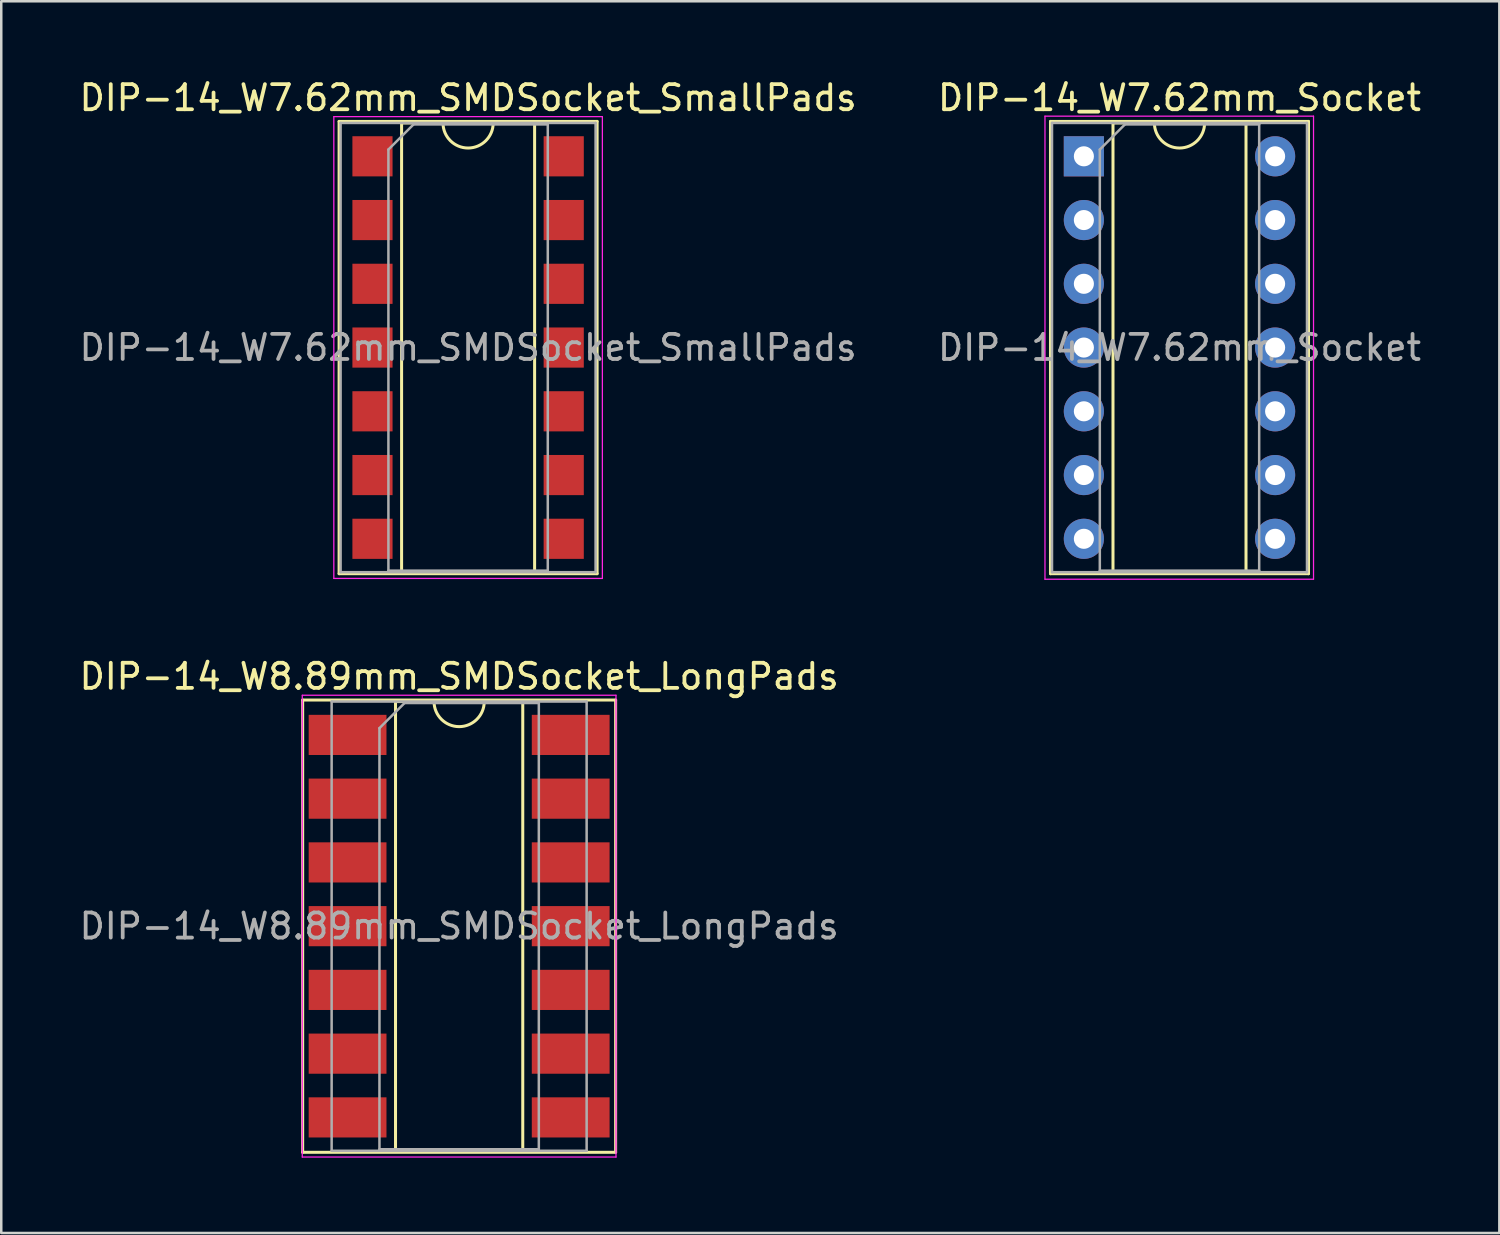
<source format=kicad_pcb>
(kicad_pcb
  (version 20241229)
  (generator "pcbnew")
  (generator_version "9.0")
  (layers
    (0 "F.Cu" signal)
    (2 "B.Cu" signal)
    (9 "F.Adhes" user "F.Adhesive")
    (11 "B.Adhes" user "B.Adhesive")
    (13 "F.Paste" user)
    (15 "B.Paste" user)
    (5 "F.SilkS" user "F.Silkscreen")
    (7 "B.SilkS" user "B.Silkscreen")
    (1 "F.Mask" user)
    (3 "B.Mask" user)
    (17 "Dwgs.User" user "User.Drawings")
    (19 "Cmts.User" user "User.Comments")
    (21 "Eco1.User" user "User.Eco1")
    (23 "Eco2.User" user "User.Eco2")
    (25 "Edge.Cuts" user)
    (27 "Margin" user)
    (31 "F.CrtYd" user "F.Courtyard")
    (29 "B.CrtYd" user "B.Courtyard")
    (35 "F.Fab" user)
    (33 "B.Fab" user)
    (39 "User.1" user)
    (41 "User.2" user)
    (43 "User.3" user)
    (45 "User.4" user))
  (footprint "DIP-14_W8.89mm_SMDSocket_LongPads"
    (layer "F.Cu")
    (at 15.244 33.852)
    (property "Reference" "DIP-14_W8.89mm_SMDSocket_LongPads" (at 0 -9.95 0) (layer "F.SilkS") (effects (font (size 1 1) (thickness 0.15))))
    (attr smd)
    (fp_line (start -6.235 -9.01) (end -6.235 9.01) (stroke (width 0.12) (type solid)) (layer "F.SilkS"))
    (fp_line (start -6.235 9.01) (end 6.235 9.01) (stroke (width 0.12) (type solid)) (layer "F.SilkS"))
    (fp_line (start -2.535 -8.95) (end -2.535 8.95) (stroke (width 0.12) (type solid)) (layer "F.SilkS"))
    (fp_line (start -2.535 8.95) (end 2.535 8.95) (stroke (width 0.12) (type solid)) (layer "F.SilkS"))
    (fp_line (start -1 -8.95) (end -2.535 -8.95) (stroke (width 0.12) (type solid)) (layer "F.SilkS"))
    (fp_line (start 2.535 -8.95) (end 1 -8.95) (stroke (width 0.12) (type solid)) (layer "F.SilkS"))
    (fp_line (start 2.535 8.95) (end 2.535 -8.95) (stroke (width 0.12) (type solid)) (layer "F.SilkS"))
    (fp_line (start 6.235 -9.01) (end -6.235 -9.01) (stroke (width 0.12) (type solid)) (layer "F.SilkS"))
    (fp_line (start 6.235 9.01) (end 6.235 -9.01) (stroke (width 0.12) (type solid)) (layer "F.SilkS"))
    (fp_arc (start 1 -8.95) (mid 0 -7.95) (end -1 -8.95) (stroke (width 0.12) (type solid)) (layer "F.SilkS"))
    (fp_line (start -6.25 -9.2) (end -6.25 9.2) (stroke (width 0.05) (type solid)) (layer "F.CrtYd"))
    (fp_line (start -6.25 9.2) (end 6.25 9.2) (stroke (width 0.05) (type solid)) (layer "F.CrtYd"))
    (fp_line (start 6.25 -9.2) (end -6.25 -9.2) (stroke (width 0.05) (type solid)) (layer "F.CrtYd"))
    (fp_line (start 6.25 9.2) (end 6.25 -9.2) (stroke (width 0.05) (type solid)) (layer "F.CrtYd"))
    (fp_line (start -5.08 -8.95) (end -5.08 8.95) (stroke (width 0.1) (type solid)) (layer "F.Fab"))
    (fp_line (start -5.08 8.95) (end 5.08 8.95) (stroke (width 0.1) (type solid)) (layer "F.Fab"))
    (fp_line (start -3.175 -7.89) (end -2.175 -8.89) (stroke (width 0.1) (type solid)) (layer "F.Fab"))
    (fp_line (start -3.175 8.89) (end -3.175 -7.89) (stroke (width 0.1) (type solid)) (layer "F.Fab"))
    (fp_line (start -2.175 -8.89) (end 3.175 -8.89) (stroke (width 0.1) (type solid)) (layer "F.Fab"))
    (fp_line (start 3.175 -8.89) (end 3.175 8.89) (stroke (width 0.1) (type solid)) (layer "F.Fab"))
    (fp_line (start 3.175 8.89) (end -3.175 8.89) (stroke (width 0.1) (type solid)) (layer "F.Fab"))
    (fp_line (start 5.08 -8.95) (end -5.08 -8.95) (stroke (width 0.1) (type solid)) (layer "F.Fab"))
    (fp_line (start 5.08 8.95) (end 5.08 -8.95) (stroke (width 0.1) (type solid)) (layer "F.Fab"))
    (fp_text user "${REFERENCE}" (at 0 0 0) (layer "F.Fab") (effects (font (size 1 1) (thickness 0.15))))
    (pad "1" smd rect (at -4.445 -7.62) (size 3.1 1.6) (layers "F.Cu" "F.Mask" "F.Paste"))
    (pad "2" smd rect (at -4.445 -5.08) (size 3.1 1.6) (layers "F.Cu" "F.Mask" "F.Paste"))
    (pad "3" smd rect (at -4.445 -2.54) (size 3.1 1.6) (layers "F.Cu" "F.Mask" "F.Paste"))
    (pad "4" smd rect (at -4.445 0) (size 3.1 1.6) (layers "F.Cu" "F.Mask" "F.Paste"))
    (pad "5" smd rect (at -4.445 2.54) (size 3.1 1.6) (layers "F.Cu" "F.Mask" "F.Paste"))
    (pad "6" smd rect (at -4.445 5.08) (size 3.1 1.6) (layers "F.Cu" "F.Mask" "F.Paste"))
    (pad "7" smd rect (at -4.445 7.62) (size 3.1 1.6) (layers "F.Cu" "F.Mask" "F.Paste"))
    (pad "8" smd rect (at 4.445 7.62) (size 3.1 1.6) (layers "F.Cu" "F.Mask" "F.Paste"))
    (pad "9" smd rect (at 4.445 5.08) (size 3.1 1.6) (layers "F.Cu" "F.Mask" "F.Paste"))
    (pad "10" smd rect (at 4.445 2.54) (size 3.1 1.6) (layers "F.Cu" "F.Mask" "F.Paste"))
    (pad "11" smd rect (at 4.445 0) (size 3.1 1.6) (layers "F.Cu" "F.Mask" "F.Paste"))
    (pad "12" smd rect (at 4.445 -2.54) (size 3.1 1.6) (layers "F.Cu" "F.Mask" "F.Paste"))
    (pad "13" smd rect (at 4.445 -5.08) (size 3.1 1.6) (layers "F.Cu" "F.Mask" "F.Paste"))
    (pad "14" smd rect (at 4.445 -7.62) (size 3.1 1.6) (layers "F.Cu" "F.Mask" "F.Paste")))
  (footprint "DIP-14_W7.62mm_Socket"
    (layer "F.Cu")
    (at 40.136 3.178)
    (property "Reference" "DIP-14_W7.62mm_Socket" (at 3.81 -2.33 0) (layer "F.SilkS") (effects (font (size 1 1) (thickness 0.15))))
    (attr through_hole)
    (fp_line (start -1.33 -1.39) (end -1.33 16.63) (stroke (width 0.12) (type solid)) (layer "F.SilkS"))
    (fp_line (start -1.33 16.63) (end 8.95 16.63) (stroke (width 0.12) (type solid)) (layer "F.SilkS"))
    (fp_line (start 1.16 -1.33) (end 1.16 16.57) (stroke (width 0.12) (type solid)) (layer "F.SilkS"))
    (fp_line (start 1.16 16.57) (end 6.46 16.57) (stroke (width 0.12) (type solid)) (layer "F.SilkS"))
    (fp_line (start 2.81 -1.33) (end 1.16 -1.33) (stroke (width 0.12) (type solid)) (layer "F.SilkS"))
    (fp_line (start 6.46 -1.33) (end 4.81 -1.33) (stroke (width 0.12) (type solid)) (layer "F.SilkS"))
    (fp_line (start 6.46 16.57) (end 6.46 -1.33) (stroke (width 0.12) (type solid)) (layer "F.SilkS"))
    (fp_line (start 8.95 -1.39) (end -1.33 -1.39) (stroke (width 0.12) (type solid)) (layer "F.SilkS"))
    (fp_line (start 8.95 16.63) (end 8.95 -1.39) (stroke (width 0.12) (type solid)) (layer "F.SilkS"))
    (fp_arc (start 4.81 -1.33) (mid 3.81 -0.33) (end 2.81 -1.33) (stroke (width 0.12) (type solid)) (layer "F.SilkS"))
    (fp_line (start -1.55 -1.6) (end -1.55 16.85) (stroke (width 0.05) (type solid)) (layer "F.CrtYd"))
    (fp_line (start -1.55 16.85) (end 9.15 16.85) (stroke (width 0.05) (type solid)) (layer "F.CrtYd"))
    (fp_line (start 9.15 -1.6) (end -1.55 -1.6) (stroke (width 0.05) (type solid)) (layer "F.CrtYd"))
    (fp_line (start 9.15 16.85) (end 9.15 -1.6) (stroke (width 0.05) (type solid)) (layer "F.CrtYd"))
    (fp_line (start -1.27 -1.33) (end -1.27 16.57) (stroke (width 0.1) (type solid)) (layer "F.Fab"))
    (fp_line (start -1.27 16.57) (end 8.89 16.57) (stroke (width 0.1) (type solid)) (layer "F.Fab"))
    (fp_line (start 0.635 -0.27) (end 1.635 -1.27) (stroke (width 0.1) (type solid)) (layer "F.Fab"))
    (fp_line (start 0.635 16.51) (end 0.635 -0.27) (stroke (width 0.1) (type solid)) (layer "F.Fab"))
    (fp_line (start 1.635 -1.27) (end 6.985 -1.27) (stroke (width 0.1) (type solid)) (layer "F.Fab"))
    (fp_line (start 6.985 -1.27) (end 6.985 16.51) (stroke (width 0.1) (type solid)) (layer "F.Fab"))
    (fp_line (start 6.985 16.51) (end 0.635 16.51) (stroke (width 0.1) (type solid)) (layer "F.Fab"))
    (fp_line (start 8.89 -1.33) (end -1.27 -1.33) (stroke (width 0.1) (type solid)) (layer "F.Fab"))
    (fp_line (start 8.89 16.57) (end 8.89 -1.33) (stroke (width 0.1) (type solid)) (layer "F.Fab"))
    (fp_text user "${REFERENCE}" (at 3.81 7.62 0) (layer "F.Fab") (effects (font (size 1 1) (thickness 0.15))))
    (pad "1" thru_hole rect (at 0 0) (size 1.6 1.6) (drill 0.8) (layers "*.Cu" "*.Mask"))
    (pad "2" thru_hole oval (at 0 2.54) (size 1.6 1.6) (drill 0.8) (layers "*.Cu" "*.Mask"))
    (pad "3" thru_hole oval (at 0 5.08) (size 1.6 1.6) (drill 0.8) (layers "*.Cu" "*.Mask"))
    (pad "4" thru_hole oval (at 0 7.62) (size 1.6 1.6) (drill 0.8) (layers "*.Cu" "*.Mask"))
    (pad "5" thru_hole oval (at 0 10.16) (size 1.6 1.6) (drill 0.8) (layers "*.Cu" "*.Mask"))
    (pad "6" thru_hole oval (at 0 12.7) (size 1.6 1.6) (drill 0.8) (layers "*.Cu" "*.Mask"))
    (pad "7" thru_hole oval (at 0 15.24) (size 1.6 1.6) (drill 0.8) (layers "*.Cu" "*.Mask"))
    (pad "8" thru_hole oval (at 7.62 15.24) (size 1.6 1.6) (drill 0.8) (layers "*.Cu" "*.Mask"))
    (pad "9" thru_hole oval (at 7.62 12.7) (size 1.6 1.6) (drill 0.8) (layers "*.Cu" "*.Mask"))
    (pad "10" thru_hole oval (at 7.62 10.16) (size 1.6 1.6) (drill 0.8) (layers "*.Cu" "*.Mask"))
    (pad "11" thru_hole oval (at 7.62 7.62) (size 1.6 1.6) (drill 0.8) (layers "*.Cu" "*.Mask"))
    (pad "12" thru_hole oval (at 7.62 5.08) (size 1.6 1.6) (drill 0.8) (layers "*.Cu" "*.Mask"))
    (pad "13" thru_hole oval (at 7.62 2.54) (size 1.6 1.6) (drill 0.8) (layers "*.Cu" "*.Mask"))
    (pad "14" thru_hole oval (at 7.62 0) (size 1.6 1.6) (drill 0.8) (layers "*.Cu" "*.Mask")))
  (footprint "DIP-14_W7.62mm_SMDSocket_SmallPads"
    (layer "F.Cu")
    (at 15.601 10.798)
    (property "Reference" "DIP-14_W7.62mm_SMDSocket_SmallPads" (at 0 -9.95 0) (layer "F.SilkS") (effects (font (size 1 1) (thickness 0.15))))
    (attr smd)
    (fp_line (start -5.14 -9.01) (end -5.14 9.01) (stroke (width 0.12) (type solid)) (layer "F.SilkS"))
    (fp_line (start -5.14 9.01) (end 5.14 9.01) (stroke (width 0.12) (type solid)) (layer "F.SilkS"))
    (fp_line (start -2.65 -8.95) (end -2.65 8.95) (stroke (width 0.12) (type solid)) (layer "F.SilkS"))
    (fp_line (start -2.65 8.95) (end 2.65 8.95) (stroke (width 0.12) (type solid)) (layer "F.SilkS"))
    (fp_line (start -1 -8.95) (end -2.65 -8.95) (stroke (width 0.12) (type solid)) (layer "F.SilkS"))
    (fp_line (start 2.65 -8.95) (end 1 -8.95) (stroke (width 0.12) (type solid)) (layer "F.SilkS"))
    (fp_line (start 2.65 8.95) (end 2.65 -8.95) (stroke (width 0.12) (type solid)) (layer "F.SilkS"))
    (fp_line (start 5.14 -9.01) (end -5.14 -9.01) (stroke (width 0.12) (type solid)) (layer "F.SilkS"))
    (fp_line (start 5.14 9.01) (end 5.14 -9.01) (stroke (width 0.12) (type solid)) (layer "F.SilkS"))
    (fp_arc (start 1 -8.95) (mid 0 -7.95) (end -1 -8.95) (stroke (width 0.12) (type solid)) (layer "F.SilkS"))
    (fp_line (start -5.35 -9.2) (end -5.35 9.2) (stroke (width 0.05) (type solid)) (layer "F.CrtYd"))
    (fp_line (start -5.35 9.2) (end 5.35 9.2) (stroke (width 0.05) (type solid)) (layer "F.CrtYd"))
    (fp_line (start 5.35 -9.2) (end -5.35 -9.2) (stroke (width 0.05) (type solid)) (layer "F.CrtYd"))
    (fp_line (start 5.35 9.2) (end 5.35 -9.2) (stroke (width 0.05) (type solid)) (layer "F.CrtYd"))
    (fp_line (start -5.08 -8.95) (end -5.08 8.95) (stroke (width 0.1) (type solid)) (layer "F.Fab"))
    (fp_line (start -5.08 8.95) (end 5.08 8.95) (stroke (width 0.1) (type solid)) (layer "F.Fab"))
    (fp_line (start -3.175 -7.89) (end -2.175 -8.89) (stroke (width 0.1) (type solid)) (layer "F.Fab"))
    (fp_line (start -3.175 8.89) (end -3.175 -7.89) (stroke (width 0.1) (type solid)) (layer "F.Fab"))
    (fp_line (start -2.175 -8.89) (end 3.175 -8.89) (stroke (width 0.1) (type solid)) (layer "F.Fab"))
    (fp_line (start 3.175 -8.89) (end 3.175 8.89) (stroke (width 0.1) (type solid)) (layer "F.Fab"))
    (fp_line (start 3.175 8.89) (end -3.175 8.89) (stroke (width 0.1) (type solid)) (layer "F.Fab"))
    (fp_line (start 5.08 -8.95) (end -5.08 -8.95) (stroke (width 0.1) (type solid)) (layer "F.Fab"))
    (fp_line (start 5.08 8.95) (end 5.08 -8.95) (stroke (width 0.1) (type solid)) (layer "F.Fab"))
    (fp_text user "${REFERENCE}" (at 0 0 0) (layer "F.Fab") (effects (font (size 1 1) (thickness 0.15))))
    (pad "1" smd rect (at -3.81 -7.62) (size 1.6 1.6) (layers "F.Cu" "F.Mask" "F.Paste"))
    (pad "2" smd rect (at -3.81 -5.08) (size 1.6 1.6) (layers "F.Cu" "F.Mask" "F.Paste"))
    (pad "3" smd rect (at -3.81 -2.54) (size 1.6 1.6) (layers "F.Cu" "F.Mask" "F.Paste"))
    (pad "4" smd rect (at -3.81 0) (size 1.6 1.6) (layers "F.Cu" "F.Mask" "F.Paste"))
    (pad "5" smd rect (at -3.81 2.54) (size 1.6 1.6) (layers "F.Cu" "F.Mask" "F.Paste"))
    (pad "6" smd rect (at -3.81 5.08) (size 1.6 1.6) (layers "F.Cu" "F.Mask" "F.Paste"))
    (pad "7" smd rect (at -3.81 7.62) (size 1.6 1.6) (layers "F.Cu" "F.Mask" "F.Paste"))
    (pad "8" smd rect (at 3.81 7.62) (size 1.6 1.6) (layers "F.Cu" "F.Mask" "F.Paste"))
    (pad "9" smd rect (at 3.81 5.08) (size 1.6 1.6) (layers "F.Cu" "F.Mask" "F.Paste"))
    (pad "10" smd rect (at 3.81 2.54) (size 1.6 1.6) (layers "F.Cu" "F.Mask" "F.Paste"))
    (pad "11" smd rect (at 3.81 0) (size 1.6 1.6) (layers "F.Cu" "F.Mask" "F.Paste"))
    (pad "12" smd rect (at 3.81 -2.54) (size 1.6 1.6) (layers "F.Cu" "F.Mask" "F.Paste"))
    (pad "13" smd rect (at 3.81 -5.08) (size 1.6 1.6) (layers "F.Cu" "F.Mask" "F.Paste"))
    (pad "14" smd rect (at 3.81 -7.62) (size 1.6 1.6) (layers "F.Cu" "F.Mask" "F.Paste")))
  (gr_rect
    (start -3 -3)
    (end 56.69 46.077)
    (stroke (width 0.1) (type default))
    (fill no)
    (layer "Edge.Cuts")))
</source>
